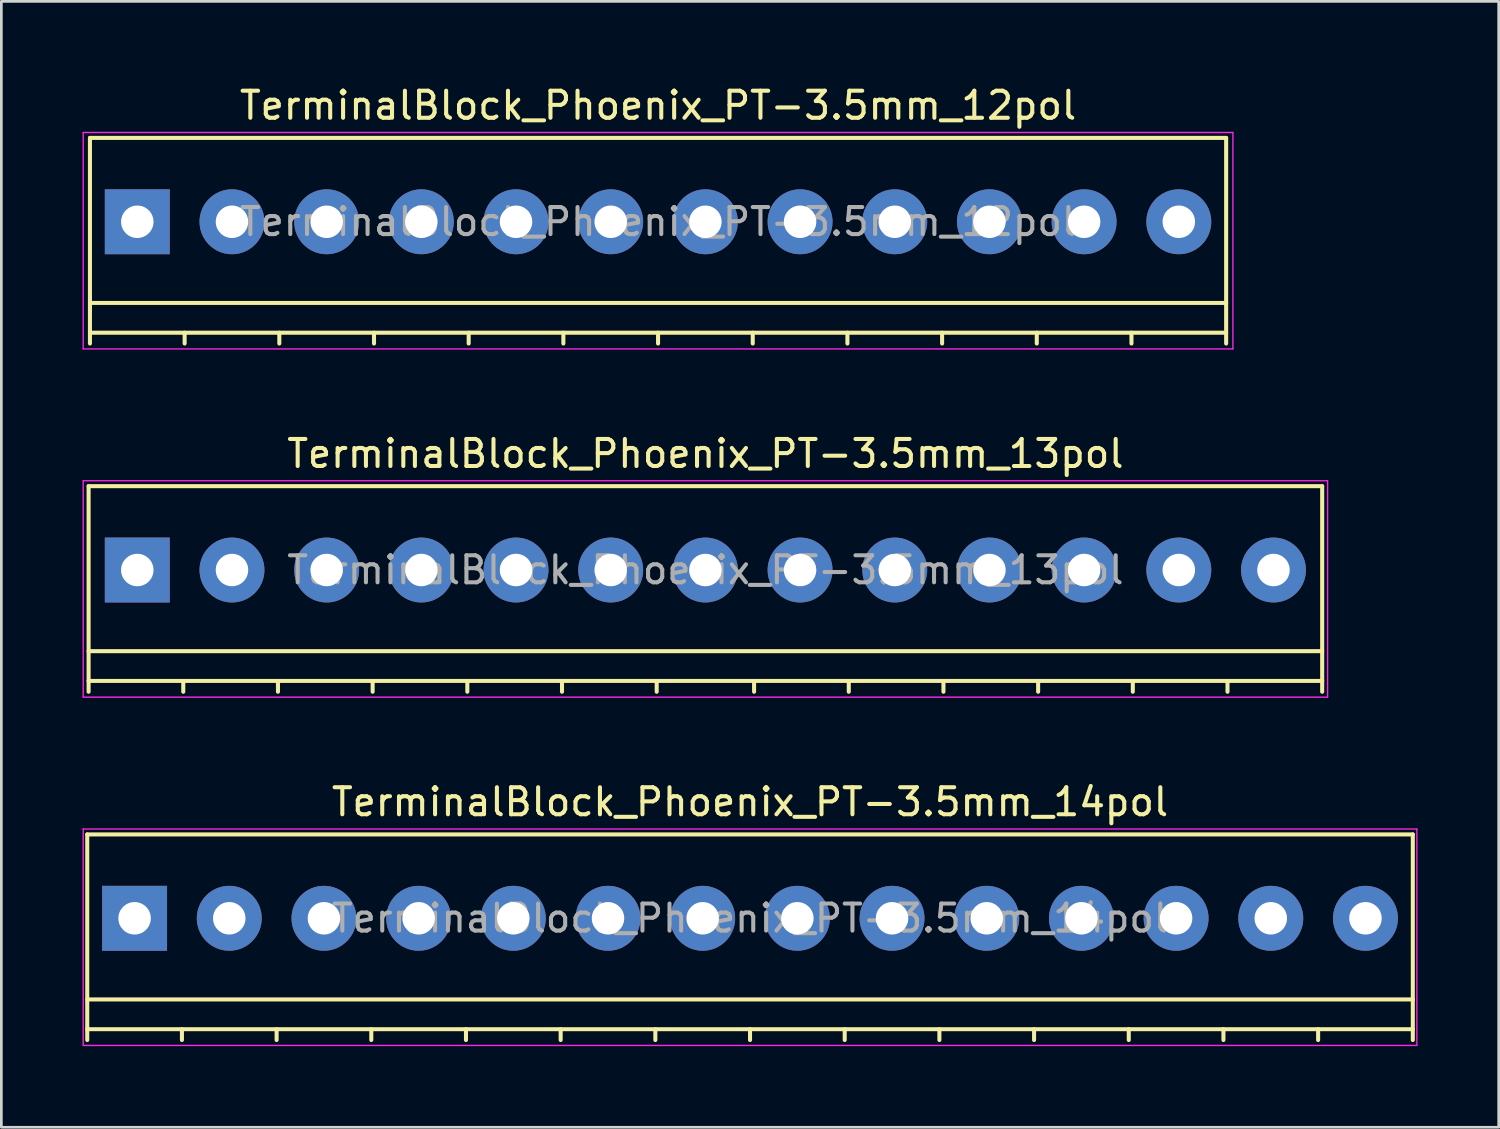
<source format=kicad_pcb>
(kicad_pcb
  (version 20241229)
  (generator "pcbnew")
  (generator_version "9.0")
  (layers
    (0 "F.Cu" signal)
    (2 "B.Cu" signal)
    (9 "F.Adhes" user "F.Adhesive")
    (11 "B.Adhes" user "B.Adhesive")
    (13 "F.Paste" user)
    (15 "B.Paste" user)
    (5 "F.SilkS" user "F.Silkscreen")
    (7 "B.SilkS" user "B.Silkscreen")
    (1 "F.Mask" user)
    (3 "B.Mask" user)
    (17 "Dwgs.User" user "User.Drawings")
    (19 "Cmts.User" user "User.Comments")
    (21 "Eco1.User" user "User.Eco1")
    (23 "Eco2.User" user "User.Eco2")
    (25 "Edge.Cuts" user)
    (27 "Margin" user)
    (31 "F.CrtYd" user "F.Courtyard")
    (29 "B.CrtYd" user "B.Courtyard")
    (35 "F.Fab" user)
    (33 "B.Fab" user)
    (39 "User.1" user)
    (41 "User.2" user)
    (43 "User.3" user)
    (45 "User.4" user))
  (footprint "TerminalBlock_Phoenix_PT-3.5mm_13pol"
    (layer "F.Cu")
    (at 2.025 18.021)
    (property "Reference" "TerminalBlock_Phoenix_PT-3.5mm_13pol" (at 21 -4.3 0) (layer "F.SilkS") (effects (font (size 1 1) (thickness 0.15))))
    (attr through_hole)
    (fp_line (start -1.8 -3.1) (end -1.8 4.5) (stroke (width 0.15) (type solid)) (layer "F.SilkS"))
    (fp_line (start -1.8 3) (end 43.8 3) (stroke (width 0.15) (type solid)) (layer "F.SilkS"))
    (fp_line (start -1.8 4.1) (end 43.8 4.1) (stroke (width 0.15) (type solid)) (layer "F.SilkS"))
    (fp_line (start 1.7 4.1) (end 1.7 4.5) (stroke (width 0.15) (type solid)) (layer "F.SilkS"))
    (fp_line (start 5.2 4.1) (end 5.2 4.5) (stroke (width 0.15) (type solid)) (layer "F.SilkS"))
    (fp_line (start 8.7 4.1) (end 8.7 4.5) (stroke (width 0.15) (type solid)) (layer "F.SilkS"))
    (fp_line (start 12.2 4.1) (end 12.2 4.5) (stroke (width 0.15) (type solid)) (layer "F.SilkS"))
    (fp_line (start 15.7 4.1) (end 15.7 4.5) (stroke (width 0.15) (type solid)) (layer "F.SilkS"))
    (fp_line (start 19.2 4.1) (end 19.2 4.5) (stroke (width 0.15) (type solid)) (layer "F.SilkS"))
    (fp_line (start 22.8 4.1) (end 22.8 4.5) (stroke (width 0.15) (type solid)) (layer "F.SilkS"))
    (fp_line (start 26.3 4.1) (end 26.3 4.5) (stroke (width 0.15) (type solid)) (layer "F.SilkS"))
    (fp_line (start 29.8 4.1) (end 29.8 4.5) (stroke (width 0.15) (type solid)) (layer "F.SilkS"))
    (fp_line (start 33.3 4.1) (end 33.3 4.5) (stroke (width 0.15) (type solid)) (layer "F.SilkS"))
    (fp_line (start 36.8 4.1) (end 36.8 4.5) (stroke (width 0.15) (type solid)) (layer "F.SilkS"))
    (fp_line (start 40.3 4.1) (end 40.3 4.5) (stroke (width 0.15) (type solid)) (layer "F.SilkS"))
    (fp_line (start 43.8 -3.1) (end -1.8 -3.1) (stroke (width 0.15) (type solid)) (layer "F.SilkS"))
    (fp_line (start 43.8 4.5) (end 43.8 -3.1) (stroke (width 0.15) (type solid)) (layer "F.SilkS"))
    (fp_line (start -2 -3.3) (end 44 -3.3) (stroke (width 0.05) (type solid)) (layer "F.CrtYd"))
    (fp_line (start -2 4.7) (end -2 -3.3) (stroke (width 0.05) (type solid)) (layer "F.CrtYd"))
    (fp_line (start 44 -3.3) (end 44 4.7) (stroke (width 0.05) (type solid)) (layer "F.CrtYd"))
    (fp_line (start 44 4.7) (end -2 4.7) (stroke (width 0.05) (type solid)) (layer "F.CrtYd"))
    (fp_text user "${REFERENCE}" (at 21 0 0) (layer "F.Fab") (effects (font (size 1 1) (thickness 0.15))))
    (pad "1" thru_hole rect (at 0 0 180) (size 2.4 2.4) (drill 1.2) (layers "*.Cu" "*.Mask"))
    (pad "2" thru_hole circle (at 3.5 0 180) (size 2.4 2.4) (drill 1.2) (layers "*.Cu" "*.Mask"))
    (pad "3" thru_hole circle (at 7 0 180) (size 2.4 2.4) (drill 1.2) (layers "*.Cu" "*.Mask"))
    (pad "4" thru_hole circle (at 10.5 0 180) (size 2.4 2.4) (drill 1.2) (layers "*.Cu" "*.Mask"))
    (pad "5" thru_hole circle (at 14 0 180) (size 2.4 2.4) (drill 1.2) (layers "*.Cu" "*.Mask"))
    (pad "6" thru_hole circle (at 17.5 0 180) (size 2.4 2.4) (drill 1.2) (layers "*.Cu" "*.Mask"))
    (pad "7" thru_hole circle (at 21 0 180) (size 2.4 2.4) (drill 1.2) (layers "*.Cu" "*.Mask"))
    (pad "8" thru_hole circle (at 24.5 0 180) (size 2.4 2.4) (drill 1.2) (layers "*.Cu" "*.Mask"))
    (pad "9" thru_hole circle (at 28 0 180) (size 2.4 2.4) (drill 1.2) (layers "*.Cu" "*.Mask"))
    (pad "10" thru_hole circle (at 31.5 0 180) (size 2.4 2.4) (drill 1.2) (layers "*.Cu" "*.Mask"))
    (pad "11" thru_hole circle (at 35 0 180) (size 2.4 2.4) (drill 1.2) (layers "*.Cu" "*.Mask"))
    (pad "12" thru_hole circle (at 38.5 0 180) (size 2.4 2.4) (drill 1.2) (layers "*.Cu" "*.Mask"))
    (pad "13" thru_hole circle (at 42 0 180) (size 2.4 2.4) (drill 1.2) (layers "*.Cu" "*.Mask")))
  (footprint "TerminalBlock_Phoenix_PT-3.5mm_14pol"
    (layer "F.Cu")
    (at 1.925 30.895)
    (property "Reference" "TerminalBlock_Phoenix_PT-3.5mm_14pol" (at 22.75 -4.3 0) (layer "F.SilkS") (effects (font (size 1 1) (thickness 0.15))))
    (attr through_hole)
    (fp_line (start -1.75 -3.1) (end -1.75 4.5) (stroke (width 0.15) (type solid)) (layer "F.SilkS"))
    (fp_line (start -1.75 3) (end 47.25 3) (stroke (width 0.15) (type solid)) (layer "F.SilkS"))
    (fp_line (start -1.75 4.1) (end 47.25 4.1) (stroke (width 0.15) (type solid)) (layer "F.SilkS"))
    (fp_line (start 1.75 4.1) (end 1.75 4.5) (stroke (width 0.15) (type solid)) (layer "F.SilkS"))
    (fp_line (start 5.25 4.1) (end 5.25 4.5) (stroke (width 0.15) (type solid)) (layer "F.SilkS"))
    (fp_line (start 8.75 4.1) (end 8.75 4.5) (stroke (width 0.15) (type solid)) (layer "F.SilkS"))
    (fp_line (start 12.25 4.1) (end 12.25 4.5) (stroke (width 0.15) (type solid)) (layer "F.SilkS"))
    (fp_line (start 15.75 4.1) (end 15.75 4.5) (stroke (width 0.15) (type solid)) (layer "F.SilkS"))
    (fp_line (start 19.25 4.1) (end 19.25 4.5) (stroke (width 0.15) (type solid)) (layer "F.SilkS"))
    (fp_line (start 22.75 4.1) (end 22.75 4.5) (stroke (width 0.15) (type solid)) (layer "F.SilkS"))
    (fp_line (start 26.25 4.1) (end 26.25 4.5) (stroke (width 0.15) (type solid)) (layer "F.SilkS"))
    (fp_line (start 29.75 4.1) (end 29.75 4.5) (stroke (width 0.15) (type solid)) (layer "F.SilkS"))
    (fp_line (start 33.25 4.1) (end 33.25 4.5) (stroke (width 0.15) (type solid)) (layer "F.SilkS"))
    (fp_line (start 36.75 4.1) (end 36.75 4.5) (stroke (width 0.15) (type solid)) (layer "F.SilkS"))
    (fp_line (start 40.25 4.1) (end 40.25 4.5) (stroke (width 0.15) (type solid)) (layer "F.SilkS"))
    (fp_line (start 43.75 4.1) (end 43.75 4.5) (stroke (width 0.15) (type solid)) (layer "F.SilkS"))
    (fp_line (start 47.25 -3.1) (end -1.75 -3.1) (stroke (width 0.15) (type solid)) (layer "F.SilkS"))
    (fp_line (start 47.25 4.5) (end 47.25 -3.1) (stroke (width 0.15) (type solid)) (layer "F.SilkS"))
    (fp_line (start -1.9 -3.3) (end 47.4 -3.3) (stroke (width 0.05) (type solid)) (layer "F.CrtYd"))
    (fp_line (start -1.9 4.7) (end -1.9 -3.3) (stroke (width 0.05) (type solid)) (layer "F.CrtYd"))
    (fp_line (start 47.4 -3.3) (end 47.4 4.7) (stroke (width 0.05) (type solid)) (layer "F.CrtYd"))
    (fp_line (start 47.4 4.7) (end -1.9 4.7) (stroke (width 0.05) (type solid)) (layer "F.CrtYd"))
    (fp_text user "${REFERENCE}" (at 22.75 0 0) (layer "F.Fab") (effects (font (size 1 1) (thickness 0.15))))
    (pad "1" thru_hole rect (at 0 0 180) (size 2.4 2.4) (drill 1.2) (layers "*.Cu" "*.Mask"))
    (pad "2" thru_hole circle (at 3.5 0 180) (size 2.4 2.4) (drill 1.2) (layers "*.Cu" "*.Mask"))
    (pad "3" thru_hole circle (at 7 0 180) (size 2.4 2.4) (drill 1.2) (layers "*.Cu" "*.Mask"))
    (pad "4" thru_hole circle (at 10.5 0 180) (size 2.4 2.4) (drill 1.2) (layers "*.Cu" "*.Mask"))
    (pad "5" thru_hole circle (at 14 0 180) (size 2.4 2.4) (drill 1.2) (layers "*.Cu" "*.Mask"))
    (pad "6" thru_hole circle (at 17.5 0 180) (size 2.4 2.4) (drill 1.2) (layers "*.Cu" "*.Mask"))
    (pad "7" thru_hole circle (at 21 0 180) (size 2.4 2.4) (drill 1.2) (layers "*.Cu" "*.Mask"))
    (pad "8" thru_hole circle (at 24.5 0 180) (size 2.4 2.4) (drill 1.2) (layers "*.Cu" "*.Mask"))
    (pad "9" thru_hole circle (at 28 0 180) (size 2.4 2.4) (drill 1.2) (layers "*.Cu" "*.Mask"))
    (pad "10" thru_hole circle (at 31.5 0 180) (size 2.4 2.4) (drill 1.2) (layers "*.Cu" "*.Mask"))
    (pad "11" thru_hole circle (at 35 0 180) (size 2.4 2.4) (drill 1.2) (layers "*.Cu" "*.Mask"))
    (pad "12" thru_hole circle (at 38.5 0 180) (size 2.4 2.4) (drill 1.2) (layers "*.Cu" "*.Mask"))
    (pad "13" thru_hole circle (at 42 0 180) (size 2.4 2.4) (drill 1.2) (layers "*.Cu" "*.Mask"))
    (pad "14" thru_hole circle (at 45.5 0 180) (size 2.4 2.4) (drill 1.2) (layers "*.Cu" "*.Mask")))
  (footprint "TerminalBlock_Phoenix_PT-3.5mm_12pol"
    (layer "F.Cu")
    (at 2.025 5.148)
    (property "Reference" "TerminalBlock_Phoenix_PT-3.5mm_12pol" (at 19.25 -4.3 0) (layer "F.SilkS") (effects (font (size 1 1) (thickness 0.15))))
    (attr through_hole)
    (fp_line (start -1.75 -3.1) (end -1.75 4.5) (stroke (width 0.15) (type solid)) (layer "F.SilkS"))
    (fp_line (start -1.75 3) (end 40.25 3) (stroke (width 0.15) (type solid)) (layer "F.SilkS"))
    (fp_line (start -1.75 4.1) (end 40.25 4.1) (stroke (width 0.15) (type solid)) (layer "F.SilkS"))
    (fp_line (start 1.75 4.1) (end 1.75 4.5) (stroke (width 0.15) (type solid)) (layer "F.SilkS"))
    (fp_line (start 5.25 4.1) (end 5.25 4.5) (stroke (width 0.15) (type solid)) (layer "F.SilkS"))
    (fp_line (start 8.75 4.1) (end 8.75 4.5) (stroke (width 0.15) (type solid)) (layer "F.SilkS"))
    (fp_line (start 12.25 4.1) (end 12.25 4.5) (stroke (width 0.15) (type solid)) (layer "F.SilkS"))
    (fp_line (start 15.75 4.1) (end 15.75 4.5) (stroke (width 0.15) (type solid)) (layer "F.SilkS"))
    (fp_line (start 19.25 4.1) (end 19.25 4.5) (stroke (width 0.15) (type solid)) (layer "F.SilkS"))
    (fp_line (start 22.75 4.1) (end 22.75 4.5) (stroke (width 0.15) (type solid)) (layer "F.SilkS"))
    (fp_line (start 26.25 4.1) (end 26.25 4.5) (stroke (width 0.15) (type solid)) (layer "F.SilkS"))
    (fp_line (start 29.75 4.1) (end 29.75 4.5) (stroke (width 0.15) (type solid)) (layer "F.SilkS"))
    (fp_line (start 33.25 4.1) (end 33.25 4.5) (stroke (width 0.15) (type solid)) (layer "F.SilkS"))
    (fp_line (start 36.75 4.1) (end 36.75 4.5) (stroke (width 0.15) (type solid)) (layer "F.SilkS"))
    (fp_line (start 40.25 -3.1) (end -1.75 -3.1) (stroke (width 0.15) (type solid)) (layer "F.SilkS"))
    (fp_line (start 40.25 4.5) (end 40.25 -3.1) (stroke (width 0.15) (type solid)) (layer "F.SilkS"))
    (fp_line (start -2 -3.3) (end -1.9 -3.3) (stroke (width 0.05) (type solid)) (layer "F.CrtYd"))
    (fp_line (start -2 4.7) (end -2 -3.3) (stroke (width 0.05) (type solid)) (layer "F.CrtYd"))
    (fp_line (start -1.9 -3.3) (end 40.4 -3.3) (stroke (width 0.05) (type solid)) (layer "F.CrtYd"))
    (fp_line (start 40.4 -3.3) (end 40.5 -3.3) (stroke (width 0.05) (type solid)) (layer "F.CrtYd"))
    (fp_line (start 40.5 -3.3) (end 40.5 4.7) (stroke (width 0.05) (type solid)) (layer "F.CrtYd"))
    (fp_line (start 40.5 4.7) (end -2 4.7) (stroke (width 0.05) (type solid)) (layer "F.CrtYd"))
    (fp_text user "${REFERENCE}" (at 19.25 0 0) (layer "F.Fab") (effects (font (size 1 1) (thickness 0.15))))
    (pad "1" thru_hole rect (at 0 0 180) (size 2.4 2.4) (drill 1.2) (layers "*.Cu" "*.Mask"))
    (pad "2" thru_hole circle (at 3.5 0 180) (size 2.4 2.4) (drill 1.2) (layers "*.Cu" "*.Mask"))
    (pad "3" thru_hole circle (at 7 0 180) (size 2.4 2.4) (drill 1.2) (layers "*.Cu" "*.Mask"))
    (pad "4" thru_hole circle (at 10.5 0 180) (size 2.4 2.4) (drill 1.2) (layers "*.Cu" "*.Mask"))
    (pad "5" thru_hole circle (at 14 0 180) (size 2.4 2.4) (drill 1.2) (layers "*.Cu" "*.Mask"))
    (pad "6" thru_hole circle (at 17.5 0 180) (size 2.4 2.4) (drill 1.2) (layers "*.Cu" "*.Mask"))
    (pad "7" thru_hole circle (at 21 0 180) (size 2.4 2.4) (drill 1.2) (layers "*.Cu" "*.Mask"))
    (pad "8" thru_hole circle (at 24.5 0 180) (size 2.4 2.4) (drill 1.2) (layers "*.Cu" "*.Mask"))
    (pad "9" thru_hole circle (at 28 0 180) (size 2.4 2.4) (drill 1.2) (layers "*.Cu" "*.Mask"))
    (pad "10" thru_hole circle (at 31.5 0 180) (size 2.4 2.4) (drill 1.2) (layers "*.Cu" "*.Mask"))
    (pad "11" thru_hole circle (at 35 0 180) (size 2.4 2.4) (drill 1.2) (layers "*.Cu" "*.Mask"))
    (pad "12" thru_hole circle (at 38.5 0 180) (size 2.4 2.4) (drill 1.2) (layers "*.Cu" "*.Mask")))
  (gr_rect
    (start -3 -3)
    (end 52.35 38.62)
    (stroke (width 0.1) (type default))
    (fill no)
    (layer "Edge.Cuts")))
</source>
